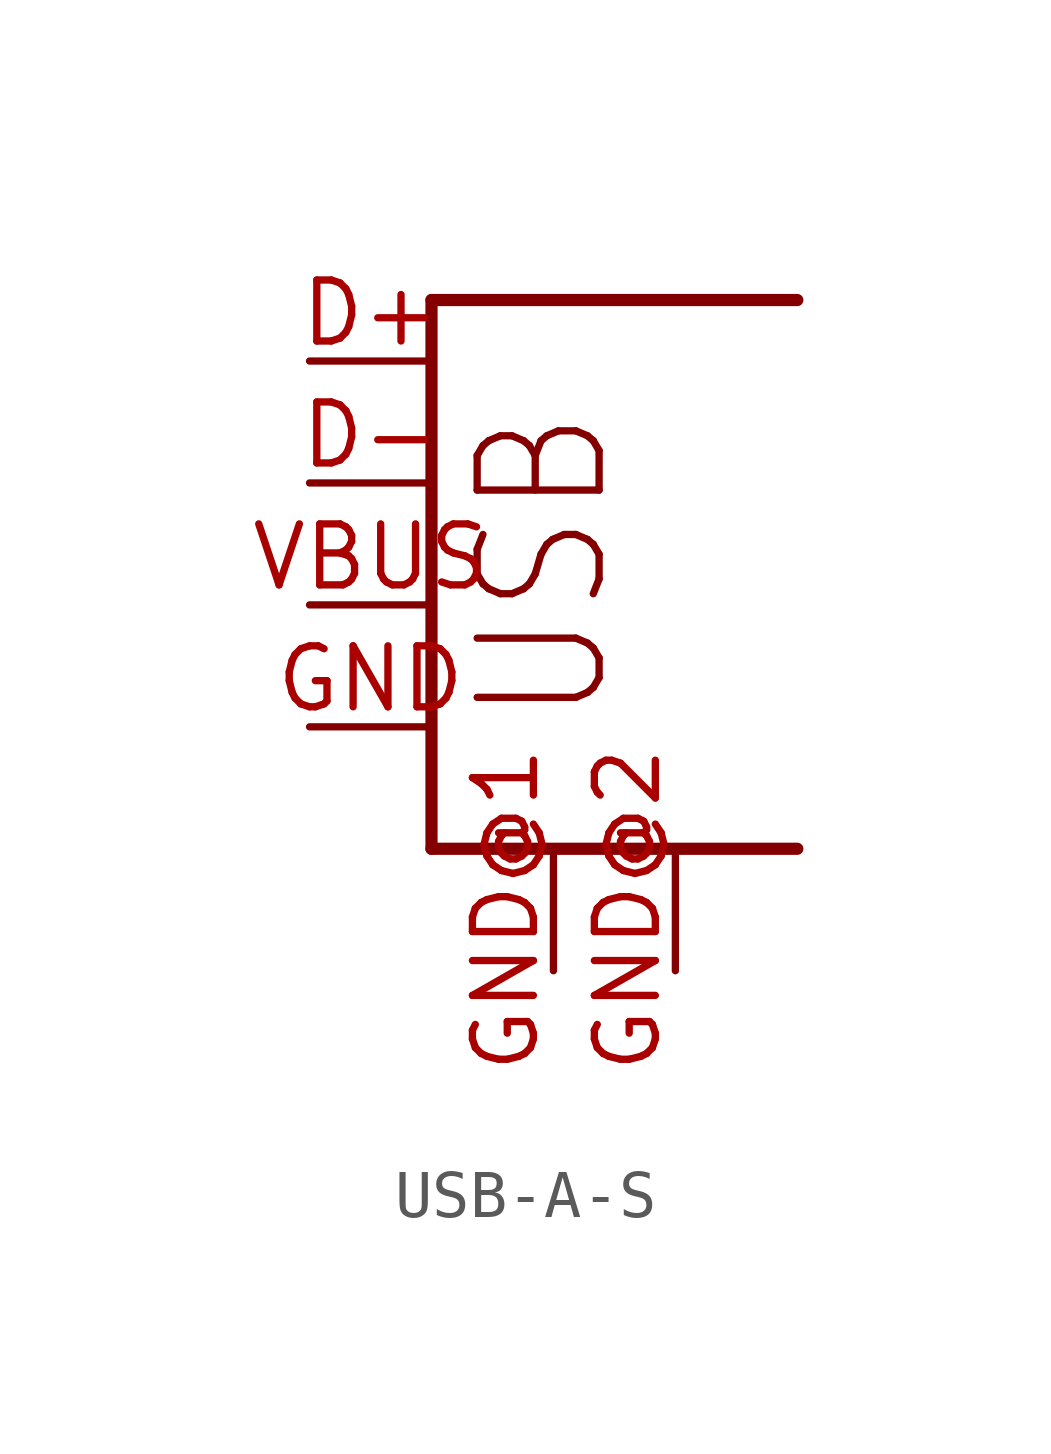
<source format=kicad_sym>
(kicad_symbol_lib
  (version 20220914)
  (generator kicad_symbol_editor)
  (symbol "USB-A-S"
    (property "Reference" "USB"
      (at 0 0 0)
      (effects (font (size 1.27 1.27)) hide))
    (property "ki_locked" ""
      (at 0 0 0)
      (effects (font (size 1.27 1.27))))
    (symbol "USB-A-S_1_0"
      (polyline (pts (xy 0 -2.54) (xy 7.62 -2.54)) (stroke (width 0.254) (type solid)) (fill (type none)))
      (polyline (pts (xy 0 8.89) (xy 0 -2.54)) (stroke (width 0.254) (type solid)) (fill (type none)))
      (polyline (pts (xy 7.62 8.89) (xy 0 8.89)) (stroke (width 0.254) (type solid)) (fill (type none)))
      (text "USB" (at 3.81 0 900) (effects (font (size 2.54 2.159)) (justify left bottom)))
      (pin bidirectional line (at -2.54 7.62 0) (length 2.54) (name "D+" (effects (font (size 0 0)))) (number "D+" (effects (font (size 1.27 1.27)))))
      (pin bidirectional line (at -2.54 5.08 0) (length 2.54) (name "D-" (effects (font (size 0 0)))) (number "D-" (effects (font (size 1.27 1.27)))))
      (pin bidirectional line (at -2.54 0 0) (length 2.54) (name "GND" (effects (font (size 0 0)))) (number "GND" (effects (font (size 1.27 1.27)))))
      (pin bidirectional line (at 2.54 -5.08 90) (length 2.54) (name "GND@1" (effects (font (size 0 0)))) (number "GND@1" (effects (font (size 1.27 1.27)))))
      (pin bidirectional line (at 5.08 -5.08 90) (length 2.54) (name "GND@2" (effects (font (size 0 0)))) (number "GND@2" (effects (font (size 1.27 1.27)))))
      (pin bidirectional line (at -2.54 2.54 0) (length 2.54) (name "VBUS" (effects (font (size 0 0)))) (number "VBUS" (effects (font (size 1.27 1.27))))))))
</source>
